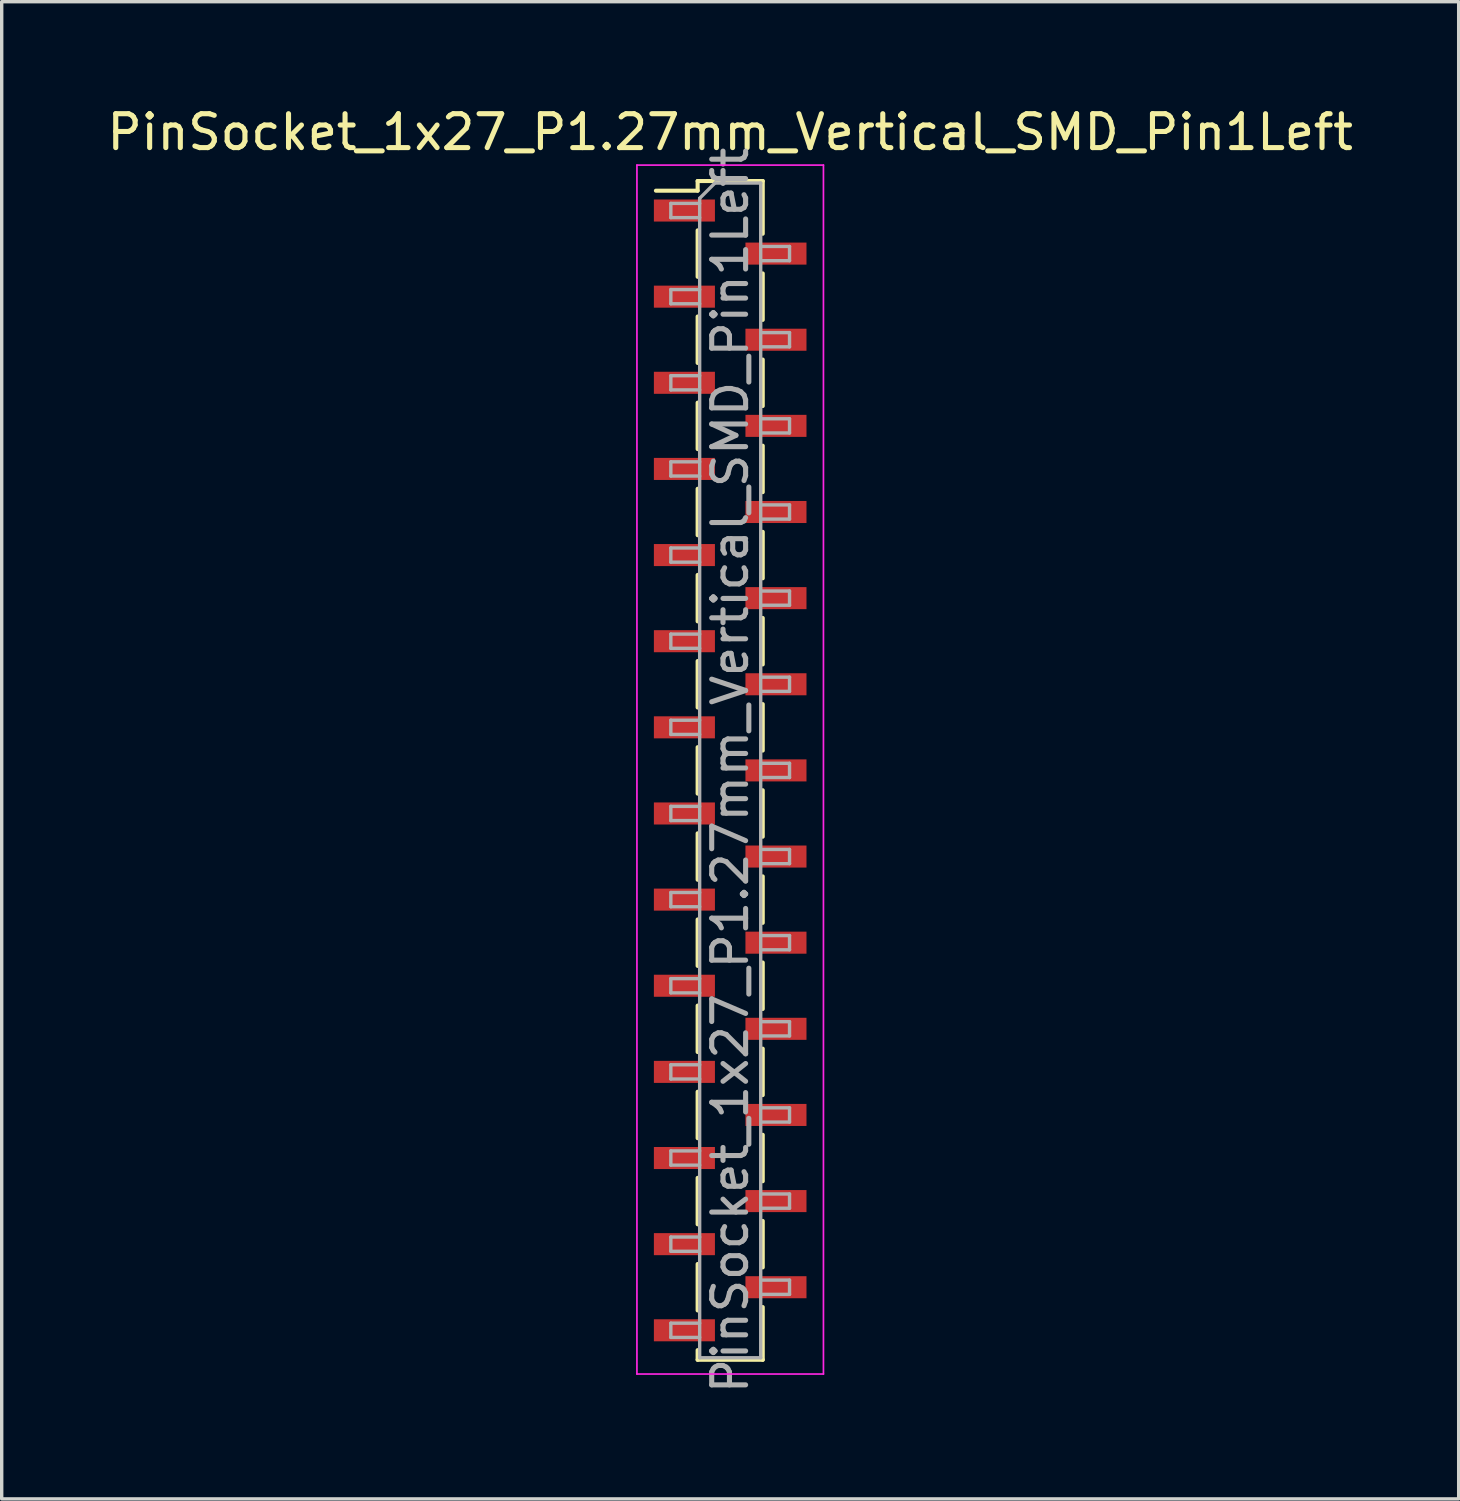
<source format=kicad_pcb>
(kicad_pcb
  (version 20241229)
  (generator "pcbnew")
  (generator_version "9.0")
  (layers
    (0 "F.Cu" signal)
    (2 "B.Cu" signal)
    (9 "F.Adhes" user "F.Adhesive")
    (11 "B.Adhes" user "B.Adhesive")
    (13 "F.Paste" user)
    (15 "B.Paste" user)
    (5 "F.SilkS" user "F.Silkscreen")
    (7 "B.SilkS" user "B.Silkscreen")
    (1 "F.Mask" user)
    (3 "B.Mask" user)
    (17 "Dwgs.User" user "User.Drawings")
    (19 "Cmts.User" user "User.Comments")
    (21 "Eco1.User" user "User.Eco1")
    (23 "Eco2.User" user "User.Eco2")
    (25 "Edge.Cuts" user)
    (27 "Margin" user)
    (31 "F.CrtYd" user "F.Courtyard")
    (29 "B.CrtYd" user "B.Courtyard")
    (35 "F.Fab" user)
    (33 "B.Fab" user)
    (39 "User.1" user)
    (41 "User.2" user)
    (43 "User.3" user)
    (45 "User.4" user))
  (footprint "PinSocket_1x27_P1.27mm_Vertical_SMD_Pin1Left"
    (layer "F.Cu")
    (at 18.482 19.668)
    (property "Reference" "PinSocket_1x27_P1.27mm_Vertical_SMD_Pin1Left" (at 0 -18.82 0) (layer "F.SilkS") (effects (font (size 1 1) (thickness 0.15))))
    (attr smd)
    (fp_line (start -2.19 -17.095) (end -0.96 -17.095) (stroke (width 0.12) (type solid)) (layer "F.SilkS"))
    (fp_line (start -0.96 -17.38) (end -0.96 -17.095) (stroke (width 0.12) (type solid)) (layer "F.SilkS"))
    (fp_line (start -0.96 -17.38) (end 0.96 -17.38) (stroke (width 0.12) (type solid)) (layer "F.SilkS"))
    (fp_line (start -0.96 -15.925) (end -0.96 -14.555) (stroke (width 0.12) (type solid)) (layer "F.SilkS"))
    (fp_line (start -0.96 -13.385) (end -0.96 -12.015) (stroke (width 0.12) (type solid)) (layer "F.SilkS"))
    (fp_line (start -0.96 -10.845) (end -0.96 -9.475) (stroke (width 0.12) (type solid)) (layer "F.SilkS"))
    (fp_line (start -0.96 -8.305) (end -0.96 -6.935) (stroke (width 0.12) (type solid)) (layer "F.SilkS"))
    (fp_line (start -0.96 -5.765) (end -0.96 -4.395) (stroke (width 0.12) (type solid)) (layer "F.SilkS"))
    (fp_line (start -0.96 -3.225) (end -0.96 -1.855) (stroke (width 0.12) (type solid)) (layer "F.SilkS"))
    (fp_line (start -0.96 -0.685) (end -0.96 0.685) (stroke (width 0.12) (type solid)) (layer "F.SilkS"))
    (fp_line (start -0.96 1.855) (end -0.96 3.225) (stroke (width 0.12) (type solid)) (layer "F.SilkS"))
    (fp_line (start -0.96 4.395) (end -0.96 5.765) (stroke (width 0.12) (type solid)) (layer "F.SilkS"))
    (fp_line (start -0.96 6.935) (end -0.96 8.305) (stroke (width 0.12) (type solid)) (layer "F.SilkS"))
    (fp_line (start -0.96 9.475) (end -0.96 10.845) (stroke (width 0.12) (type solid)) (layer "F.SilkS"))
    (fp_line (start -0.96 12.015) (end -0.96 13.385) (stroke (width 0.12) (type solid)) (layer "F.SilkS"))
    (fp_line (start -0.96 14.555) (end -0.96 15.925) (stroke (width 0.12) (type solid)) (layer "F.SilkS"))
    (fp_line (start -0.96 17.095) (end -0.96 17.38) (stroke (width 0.12) (type solid)) (layer "F.SilkS"))
    (fp_line (start -0.96 17.38) (end 0.96 17.38) (stroke (width 0.12) (type solid)) (layer "F.SilkS"))
    (fp_line (start 0.96 -17.38) (end 0.96 -15.825) (stroke (width 0.12) (type solid)) (layer "F.SilkS"))
    (fp_line (start 0.96 -14.655) (end 0.96 -13.285) (stroke (width 0.12) (type solid)) (layer "F.SilkS"))
    (fp_line (start 0.96 -12.115) (end 0.96 -10.745) (stroke (width 0.12) (type solid)) (layer "F.SilkS"))
    (fp_line (start 0.96 -9.575) (end 0.96 -8.205) (stroke (width 0.12) (type solid)) (layer "F.SilkS"))
    (fp_line (start 0.96 -7.035) (end 0.96 -5.665) (stroke (width 0.12) (type solid)) (layer "F.SilkS"))
    (fp_line (start 0.96 -4.495) (end 0.96 -3.125) (stroke (width 0.12) (type solid)) (layer "F.SilkS"))
    (fp_line (start 0.96 -1.955) (end 0.96 -0.585) (stroke (width 0.12) (type solid)) (layer "F.SilkS"))
    (fp_line (start 0.96 0.585) (end 0.96 1.955) (stroke (width 0.12) (type solid)) (layer "F.SilkS"))
    (fp_line (start 0.96 3.125) (end 0.96 4.495) (stroke (width 0.12) (type solid)) (layer "F.SilkS"))
    (fp_line (start 0.96 5.665) (end 0.96 7.035) (stroke (width 0.12) (type solid)) (layer "F.SilkS"))
    (fp_line (start 0.96 8.205) (end 0.96 9.575) (stroke (width 0.12) (type solid)) (layer "F.SilkS"))
    (fp_line (start 0.96 10.745) (end 0.96 12.115) (stroke (width 0.12) (type solid)) (layer "F.SilkS"))
    (fp_line (start 0.96 13.285) (end 0.96 14.655) (stroke (width 0.12) (type solid)) (layer "F.SilkS"))
    (fp_line (start 0.96 15.825) (end 0.96 17.38) (stroke (width 0.12) (type solid)) (layer "F.SilkS"))
    (fp_line (start -2.75 -17.85) (end 2.75 -17.85) (stroke (width 0.05) (type solid)) (layer "F.CrtYd"))
    (fp_line (start -2.75 17.8) (end -2.75 -17.85) (stroke (width 0.05) (type solid)) (layer "F.CrtYd"))
    (fp_line (start 2.75 -17.85) (end 2.75 17.8) (stroke (width 0.05) (type solid)) (layer "F.CrtYd"))
    (fp_line (start 2.75 17.8) (end -2.75 17.8) (stroke (width 0.05) (type solid)) (layer "F.CrtYd"))
    (fp_line (start -1.75 -16.72) (end -0.9 -16.72) (stroke (width 0.1) (type solid)) (layer "F.Fab"))
    (fp_line (start -1.75 -16.3) (end -1.75 -16.72) (stroke (width 0.1) (type solid)) (layer "F.Fab"))
    (fp_line (start -1.75 -14.18) (end -0.9 -14.18) (stroke (width 0.1) (type solid)) (layer "F.Fab"))
    (fp_line (start -1.75 -13.76) (end -1.75 -14.18) (stroke (width 0.1) (type solid)) (layer "F.Fab"))
    (fp_line (start -1.75 -11.64) (end -0.9 -11.64) (stroke (width 0.1) (type solid)) (layer "F.Fab"))
    (fp_line (start -1.75 -11.22) (end -1.75 -11.64) (stroke (width 0.1) (type solid)) (layer "F.Fab"))
    (fp_line (start -1.75 -9.1) (end -0.9 -9.1) (stroke (width 0.1) (type solid)) (layer "F.Fab"))
    (fp_line (start -1.75 -8.68) (end -1.75 -9.1) (stroke (width 0.1) (type solid)) (layer "F.Fab"))
    (fp_line (start -1.75 -6.56) (end -0.9 -6.56) (stroke (width 0.1) (type solid)) (layer "F.Fab"))
    (fp_line (start -1.75 -6.14) (end -1.75 -6.56) (stroke (width 0.1) (type solid)) (layer "F.Fab"))
    (fp_line (start -1.75 -4.02) (end -0.9 -4.02) (stroke (width 0.1) (type solid)) (layer "F.Fab"))
    (fp_line (start -1.75 -3.6) (end -1.75 -4.02) (stroke (width 0.1) (type solid)) (layer "F.Fab"))
    (fp_line (start -1.75 -1.48) (end -0.9 -1.48) (stroke (width 0.1) (type solid)) (layer "F.Fab"))
    (fp_line (start -1.75 -1.06) (end -1.75 -1.48) (stroke (width 0.1) (type solid)) (layer "F.Fab"))
    (fp_line (start -1.75 1.06) (end -0.9 1.06) (stroke (width 0.1) (type solid)) (layer "F.Fab"))
    (fp_line (start -1.75 1.48) (end -1.75 1.06) (stroke (width 0.1) (type solid)) (layer "F.Fab"))
    (fp_line (start -1.75 3.6) (end -0.9 3.6) (stroke (width 0.1) (type solid)) (layer "F.Fab"))
    (fp_line (start -1.75 4.02) (end -1.75 3.6) (stroke (width 0.1) (type solid)) (layer "F.Fab"))
    (fp_line (start -1.75 6.14) (end -0.9 6.14) (stroke (width 0.1) (type solid)) (layer "F.Fab"))
    (fp_line (start -1.75 6.56) (end -1.75 6.14) (stroke (width 0.1) (type solid)) (layer "F.Fab"))
    (fp_line (start -1.75 8.68) (end -0.9 8.68) (stroke (width 0.1) (type solid)) (layer "F.Fab"))
    (fp_line (start -1.75 9.1) (end -1.75 8.68) (stroke (width 0.1) (type solid)) (layer "F.Fab"))
    (fp_line (start -1.75 11.22) (end -0.9 11.22) (stroke (width 0.1) (type solid)) (layer "F.Fab"))
    (fp_line (start -1.75 11.64) (end -1.75 11.22) (stroke (width 0.1) (type solid)) (layer "F.Fab"))
    (fp_line (start -1.75 13.76) (end -0.9 13.76) (stroke (width 0.1) (type solid)) (layer "F.Fab"))
    (fp_line (start -1.75 14.18) (end -1.75 13.76) (stroke (width 0.1) (type solid)) (layer "F.Fab"))
    (fp_line (start -1.75 16.3) (end -0.9 16.3) (stroke (width 0.1) (type solid)) (layer "F.Fab"))
    (fp_line (start -1.75 16.72) (end -1.75 16.3) (stroke (width 0.1) (type solid)) (layer "F.Fab"))
    (fp_line (start -0.9 -16.87) (end -0.45 -17.32) (stroke (width 0.1) (type solid)) (layer "F.Fab"))
    (fp_line (start -0.9 -16.3) (end -1.75 -16.3) (stroke (width 0.1) (type solid)) (layer "F.Fab"))
    (fp_line (start -0.9 -13.76) (end -1.75 -13.76) (stroke (width 0.1) (type solid)) (layer "F.Fab"))
    (fp_line (start -0.9 -11.22) (end -1.75 -11.22) (stroke (width 0.1) (type solid)) (layer "F.Fab"))
    (fp_line (start -0.9 -8.68) (end -1.75 -8.68) (stroke (width 0.1) (type solid)) (layer "F.Fab"))
    (fp_line (start -0.9 -6.14) (end -1.75 -6.14) (stroke (width 0.1) (type solid)) (layer "F.Fab"))
    (fp_line (start -0.9 -3.6) (end -1.75 -3.6) (stroke (width 0.1) (type solid)) (layer "F.Fab"))
    (fp_line (start -0.9 -1.06) (end -1.75 -1.06) (stroke (width 0.1) (type solid)) (layer "F.Fab"))
    (fp_line (start -0.9 1.48) (end -1.75 1.48) (stroke (width 0.1) (type solid)) (layer "F.Fab"))
    (fp_line (start -0.9 4.02) (end -1.75 4.02) (stroke (width 0.1) (type solid)) (layer "F.Fab"))
    (fp_line (start -0.9 6.56) (end -1.75 6.56) (stroke (width 0.1) (type solid)) (layer "F.Fab"))
    (fp_line (start -0.9 9.1) (end -1.75 9.1) (stroke (width 0.1) (type solid)) (layer "F.Fab"))
    (fp_line (start -0.9 11.64) (end -1.75 11.64) (stroke (width 0.1) (type solid)) (layer "F.Fab"))
    (fp_line (start -0.9 14.18) (end -1.75 14.18) (stroke (width 0.1) (type solid)) (layer "F.Fab"))
    (fp_line (start -0.9 16.72) (end -1.75 16.72) (stroke (width 0.1) (type solid)) (layer "F.Fab"))
    (fp_line (start -0.9 17.32) (end -0.9 -16.87) (stroke (width 0.1) (type solid)) (layer "F.Fab"))
    (fp_line (start -0.45 -17.32) (end 0.9 -17.32) (stroke (width 0.1) (type solid)) (layer "F.Fab"))
    (fp_line (start 0.9 -17.32) (end 0.9 17.32) (stroke (width 0.1) (type solid)) (layer "F.Fab"))
    (fp_line (start 0.9 -15.45) (end 1.75 -15.45) (stroke (width 0.1) (type solid)) (layer "F.Fab"))
    (fp_line (start 0.9 -12.91) (end 1.75 -12.91) (stroke (width 0.1) (type solid)) (layer "F.Fab"))
    (fp_line (start 0.9 -10.37) (end 1.75 -10.37) (stroke (width 0.1) (type solid)) (layer "F.Fab"))
    (fp_line (start 0.9 -7.83) (end 1.75 -7.83) (stroke (width 0.1) (type solid)) (layer "F.Fab"))
    (fp_line (start 0.9 -5.29) (end 1.75 -5.29) (stroke (width 0.1) (type solid)) (layer "F.Fab"))
    (fp_line (start 0.9 -2.75) (end 1.75 -2.75) (stroke (width 0.1) (type solid)) (layer "F.Fab"))
    (fp_line (start 0.9 -0.21) (end 1.75 -0.21) (stroke (width 0.1) (type solid)) (layer "F.Fab"))
    (fp_line (start 0.9 2.33) (end 1.75 2.33) (stroke (width 0.1) (type solid)) (layer "F.Fab"))
    (fp_line (start 0.9 4.87) (end 1.75 4.87) (stroke (width 0.1) (type solid)) (layer "F.Fab"))
    (fp_line (start 0.9 7.41) (end 1.75 7.41) (stroke (width 0.1) (type solid)) (layer "F.Fab"))
    (fp_line (start 0.9 9.95) (end 1.75 9.95) (stroke (width 0.1) (type solid)) (layer "F.Fab"))
    (fp_line (start 0.9 12.49) (end 1.75 12.49) (stroke (width 0.1) (type solid)) (layer "F.Fab"))
    (fp_line (start 0.9 15.03) (end 1.75 15.03) (stroke (width 0.1) (type solid)) (layer "F.Fab"))
    (fp_line (start 0.9 17.32) (end -0.9 17.32) (stroke (width 0.1) (type solid)) (layer "F.Fab"))
    (fp_line (start 1.75 -15.45) (end 1.75 -15.03) (stroke (width 0.1) (type solid)) (layer "F.Fab"))
    (fp_line (start 1.75 -15.03) (end 0.9 -15.03) (stroke (width 0.1) (type solid)) (layer "F.Fab"))
    (fp_line (start 1.75 -12.91) (end 1.75 -12.49) (stroke (width 0.1) (type solid)) (layer "F.Fab"))
    (fp_line (start 1.75 -12.49) (end 0.9 -12.49) (stroke (width 0.1) (type solid)) (layer "F.Fab"))
    (fp_line (start 1.75 -10.37) (end 1.75 -9.95) (stroke (width 0.1) (type solid)) (layer "F.Fab"))
    (fp_line (start 1.75 -9.95) (end 0.9 -9.95) (stroke (width 0.1) (type solid)) (layer "F.Fab"))
    (fp_line (start 1.75 -7.83) (end 1.75 -7.41) (stroke (width 0.1) (type solid)) (layer "F.Fab"))
    (fp_line (start 1.75 -7.41) (end 0.9 -7.41) (stroke (width 0.1) (type solid)) (layer "F.Fab"))
    (fp_line (start 1.75 -5.29) (end 1.75 -4.87) (stroke (width 0.1) (type solid)) (layer "F.Fab"))
    (fp_line (start 1.75 -4.87) (end 0.9 -4.87) (stroke (width 0.1) (type solid)) (layer "F.Fab"))
    (fp_line (start 1.75 -2.75) (end 1.75 -2.33) (stroke (width 0.1) (type solid)) (layer "F.Fab"))
    (fp_line (start 1.75 -2.33) (end 0.9 -2.33) (stroke (width 0.1) (type solid)) (layer "F.Fab"))
    (fp_line (start 1.75 -0.21) (end 1.75 0.21) (stroke (width 0.1) (type solid)) (layer "F.Fab"))
    (fp_line (start 1.75 0.21) (end 0.9 0.21) (stroke (width 0.1) (type solid)) (layer "F.Fab"))
    (fp_line (start 1.75 2.33) (end 1.75 2.75) (stroke (width 0.1) (type solid)) (layer "F.Fab"))
    (fp_line (start 1.75 2.75) (end 0.9 2.75) (stroke (width 0.1) (type solid)) (layer "F.Fab"))
    (fp_line (start 1.75 4.87) (end 1.75 5.29) (stroke (width 0.1) (type solid)) (layer "F.Fab"))
    (fp_line (start 1.75 5.29) (end 0.9 5.29) (stroke (width 0.1) (type solid)) (layer "F.Fab"))
    (fp_line (start 1.75 7.41) (end 1.75 7.83) (stroke (width 0.1) (type solid)) (layer "F.Fab"))
    (fp_line (start 1.75 7.83) (end 0.9 7.83) (stroke (width 0.1) (type solid)) (layer "F.Fab"))
    (fp_line (start 1.75 9.95) (end 1.75 10.37) (stroke (width 0.1) (type solid)) (layer "F.Fab"))
    (fp_line (start 1.75 10.37) (end 0.9 10.37) (stroke (width 0.1) (type solid)) (layer "F.Fab"))
    (fp_line (start 1.75 12.49) (end 1.75 12.91) (stroke (width 0.1) (type solid)) (layer "F.Fab"))
    (fp_line (start 1.75 12.91) (end 0.9 12.91) (stroke (width 0.1) (type solid)) (layer "F.Fab"))
    (fp_line (start 1.75 15.03) (end 1.75 15.45) (stroke (width 0.1) (type solid)) (layer "F.Fab"))
    (fp_line (start 1.75 15.45) (end 0.9 15.45) (stroke (width 0.1) (type solid)) (layer "F.Fab"))
    (fp_text user "${REFERENCE}" (at 0 0 90) (layer "F.Fab") (effects (font (size 1 1) (thickness 0.15))))
    (pad "1" smd rect (at -1.35 -16.51) (size 1.8 0.65) (layers "F.Cu" "F.Mask" "F.Paste"))
    (pad "2" smd rect (at 1.35 -15.24) (size 1.8 0.65) (layers "F.Cu" "F.Mask" "F.Paste"))
    (pad "3" smd rect (at -1.35 -13.97) (size 1.8 0.65) (layers "F.Cu" "F.Mask" "F.Paste"))
    (pad "4" smd rect (at 1.35 -12.7) (size 1.8 0.65) (layers "F.Cu" "F.Mask" "F.Paste"))
    (pad "5" smd rect (at -1.35 -11.43) (size 1.8 0.65) (layers "F.Cu" "F.Mask" "F.Paste"))
    (pad "6" smd rect (at 1.35 -10.16) (size 1.8 0.65) (layers "F.Cu" "F.Mask" "F.Paste"))
    (pad "7" smd rect (at -1.35 -8.89) (size 1.8 0.65) (layers "F.Cu" "F.Mask" "F.Paste"))
    (pad "8" smd rect (at 1.35 -7.62) (size 1.8 0.65) (layers "F.Cu" "F.Mask" "F.Paste"))
    (pad "9" smd rect (at -1.35 -6.35) (size 1.8 0.65) (layers "F.Cu" "F.Mask" "F.Paste"))
    (pad "10" smd rect (at 1.35 -5.08) (size 1.8 0.65) (layers "F.Cu" "F.Mask" "F.Paste"))
    (pad "11" smd rect (at -1.35 -3.81) (size 1.8 0.65) (layers "F.Cu" "F.Mask" "F.Paste"))
    (pad "12" smd rect (at 1.35 -2.54) (size 1.8 0.65) (layers "F.Cu" "F.Mask" "F.Paste"))
    (pad "13" smd rect (at -1.35 -1.27) (size 1.8 0.65) (layers "F.Cu" "F.Mask" "F.Paste"))
    (pad "14" smd rect (at 1.35 0) (size 1.8 0.65) (layers "F.Cu" "F.Mask" "F.Paste"))
    (pad "15" smd rect (at -1.35 1.27) (size 1.8 0.65) (layers "F.Cu" "F.Mask" "F.Paste"))
    (pad "16" smd rect (at 1.35 2.54) (size 1.8 0.65) (layers "F.Cu" "F.Mask" "F.Paste"))
    (pad "17" smd rect (at -1.35 3.81) (size 1.8 0.65) (layers "F.Cu" "F.Mask" "F.Paste"))
    (pad "18" smd rect (at 1.35 5.08) (size 1.8 0.65) (layers "F.Cu" "F.Mask" "F.Paste"))
    (pad "19" smd rect (at -1.35 6.35) (size 1.8 0.65) (layers "F.Cu" "F.Mask" "F.Paste"))
    (pad "20" smd rect (at 1.35 7.62) (size 1.8 0.65) (layers "F.Cu" "F.Mask" "F.Paste"))
    (pad "21" smd rect (at -1.35 8.89) (size 1.8 0.65) (layers "F.Cu" "F.Mask" "F.Paste"))
    (pad "22" smd rect (at 1.35 10.16) (size 1.8 0.65) (layers "F.Cu" "F.Mask" "F.Paste"))
    (pad "23" smd rect (at -1.35 11.43) (size 1.8 0.65) (layers "F.Cu" "F.Mask" "F.Paste"))
    (pad "24" smd rect (at 1.35 12.7) (size 1.8 0.65) (layers "F.Cu" "F.Mask" "F.Paste"))
    (pad "25" smd rect (at -1.35 13.97) (size 1.8 0.65) (layers "F.Cu" "F.Mask" "F.Paste"))
    (pad "26" smd rect (at 1.35 15.24) (size 1.8 0.65) (layers "F.Cu" "F.Mask" "F.Paste"))
    (pad "27" smd rect (at -1.35 16.51) (size 1.8 0.65) (layers "F.Cu" "F.Mask" "F.Paste")))
  (gr_rect
    (start -3 -3)
    (end 39.964 41.15)
    (stroke (width 0.1) (type default))
    (fill no)
    (layer "Edge.Cuts")))
</source>
